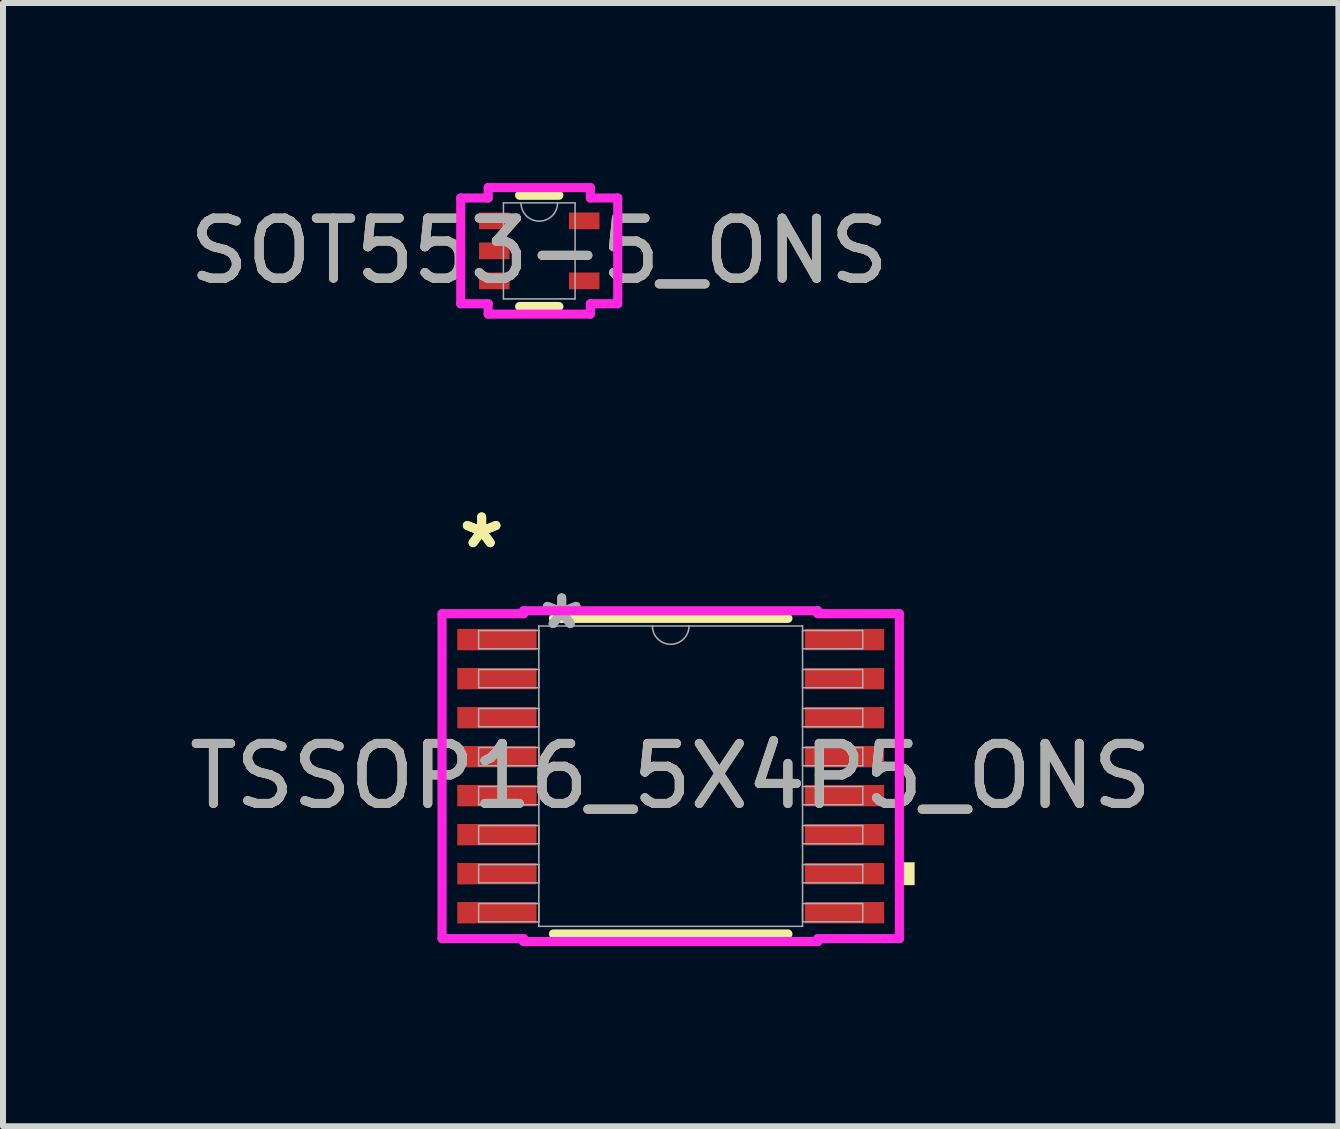
<source format=kicad_pcb>
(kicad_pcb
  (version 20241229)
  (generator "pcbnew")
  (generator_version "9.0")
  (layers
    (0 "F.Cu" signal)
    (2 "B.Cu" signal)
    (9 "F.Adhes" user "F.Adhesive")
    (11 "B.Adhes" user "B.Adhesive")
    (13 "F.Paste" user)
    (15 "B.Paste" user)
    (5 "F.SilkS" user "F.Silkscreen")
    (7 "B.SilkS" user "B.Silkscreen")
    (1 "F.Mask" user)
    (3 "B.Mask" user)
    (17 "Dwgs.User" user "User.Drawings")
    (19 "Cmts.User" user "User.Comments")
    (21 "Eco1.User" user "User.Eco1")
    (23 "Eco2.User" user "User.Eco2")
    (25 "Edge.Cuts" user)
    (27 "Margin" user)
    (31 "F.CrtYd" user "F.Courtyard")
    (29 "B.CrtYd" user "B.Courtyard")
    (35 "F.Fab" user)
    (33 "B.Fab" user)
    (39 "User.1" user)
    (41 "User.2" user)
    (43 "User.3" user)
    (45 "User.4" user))
  (footprint "TSSOP16_5X4P5_ONS"
    (layer "F.Cu")
    (at 8.125 9.882)
    (property "Reference" "TSSOP16_5X4P5_ONS" (at 0 0 0) (unlocked yes) (layer "F.SilkS") (effects (font (size 1 1) (thickness 0.15))))
    (attr smd)
    (fp_line (start -1.953 2.629) (end 1.953 2.629) (stroke (width 0.152) (type solid)) (layer "F.SilkS"))
    (fp_line (start 1.953 -2.629) (end -1.953 -2.629) (stroke (width 0.152) (type solid)) (layer "F.SilkS"))
    (fp_poly (pts (xy 4.064 1.435) (xy 4.064 1.816) (xy 3.81 1.816) (xy 3.81 1.435)) (stroke (width 0) (type solid)) (fill yes) (layer "F.SilkS"))
    (fp_line (start -3.81 -2.707) (end -2.451 -2.707) (stroke (width 0.152) (type solid)) (layer "F.CrtYd"))
    (fp_line (start -3.81 2.707) (end -3.81 -2.707) (stroke (width 0.152) (type solid)) (layer "F.CrtYd"))
    (fp_line (start -3.81 2.707) (end -2.451 2.707) (stroke (width 0.152) (type solid)) (layer "F.CrtYd"))
    (fp_line (start -2.451 -2.756) (end 2.451 -2.756) (stroke (width 0.152) (type solid)) (layer "F.CrtYd"))
    (fp_line (start -2.451 -2.707) (end -2.451 -2.756) (stroke (width 0.152) (type solid)) (layer "F.CrtYd"))
    (fp_line (start -2.451 2.756) (end -2.451 2.707) (stroke (width 0.152) (type solid)) (layer "F.CrtYd"))
    (fp_line (start 2.451 -2.756) (end 2.451 -2.707) (stroke (width 0.152) (type solid)) (layer "F.CrtYd"))
    (fp_line (start 2.451 2.707) (end 2.451 2.756) (stroke (width 0.152) (type solid)) (layer "F.CrtYd"))
    (fp_line (start 2.451 2.756) (end -2.451 2.756) (stroke (width 0.152) (type solid)) (layer "F.CrtYd"))
    (fp_line (start 3.81 -2.707) (end 2.451 -2.707) (stroke (width 0.152) (type solid)) (layer "F.CrtYd"))
    (fp_line (start 3.81 -2.707) (end 3.81 2.707) (stroke (width 0.152) (type solid)) (layer "F.CrtYd"))
    (fp_line (start 3.81 2.707) (end 2.451 2.707) (stroke (width 0.152) (type solid)) (layer "F.CrtYd"))
    (fp_line (start -3.2 -2.427) (end -3.2 -2.123) (stroke (width 0.025) (type solid)) (layer "F.Fab"))
    (fp_line (start -3.2 -2.123) (end -2.197 -2.123) (stroke (width 0.025) (type solid)) (layer "F.Fab"))
    (fp_line (start -3.2 -1.777) (end -3.2 -1.473) (stroke (width 0.025) (type solid)) (layer "F.Fab"))
    (fp_line (start -3.2 -1.473) (end -2.197 -1.473) (stroke (width 0.025) (type solid)) (layer "F.Fab"))
    (fp_line (start -3.2 -1.127) (end -3.2 -0.823) (stroke (width 0.025) (type solid)) (layer "F.Fab"))
    (fp_line (start -3.2 -0.823) (end -2.197 -0.823) (stroke (width 0.025) (type solid)) (layer "F.Fab"))
    (fp_line (start -3.2 -0.477) (end -3.2 -0.173) (stroke (width 0.025) (type solid)) (layer "F.Fab"))
    (fp_line (start -3.2 -0.173) (end -2.197 -0.173) (stroke (width 0.025) (type solid)) (layer "F.Fab"))
    (fp_line (start -3.2 0.173) (end -3.2 0.477) (stroke (width 0.025) (type solid)) (layer "F.Fab"))
    (fp_line (start -3.2 0.477) (end -2.197 0.477) (stroke (width 0.025) (type solid)) (layer "F.Fab"))
    (fp_line (start -3.2 0.823) (end -3.2 1.127) (stroke (width 0.025) (type solid)) (layer "F.Fab"))
    (fp_line (start -3.2 1.127) (end -2.197 1.127) (stroke (width 0.025) (type solid)) (layer "F.Fab"))
    (fp_line (start -3.2 1.473) (end -3.2 1.777) (stroke (width 0.025) (type solid)) (layer "F.Fab"))
    (fp_line (start -3.2 1.777) (end -2.197 1.777) (stroke (width 0.025) (type solid)) (layer "F.Fab"))
    (fp_line (start -3.2 2.123) (end -3.2 2.427) (stroke (width 0.025) (type solid)) (layer "F.Fab"))
    (fp_line (start -3.2 2.427) (end -2.197 2.427) (stroke (width 0.025) (type solid)) (layer "F.Fab"))
    (fp_line (start -2.197 -2.502) (end -2.197 2.502) (stroke (width 0.025) (type solid)) (layer "F.Fab"))
    (fp_line (start -2.197 -2.427) (end -3.2 -2.427) (stroke (width 0.025) (type solid)) (layer "F.Fab"))
    (fp_line (start -2.197 -2.123) (end -2.197 -2.427) (stroke (width 0.025) (type solid)) (layer "F.Fab"))
    (fp_line (start -2.197 -1.777) (end -3.2 -1.777) (stroke (width 0.025) (type solid)) (layer "F.Fab"))
    (fp_line (start -2.197 -1.473) (end -2.197 -1.777) (stroke (width 0.025) (type solid)) (layer "F.Fab"))
    (fp_line (start -2.197 -1.127) (end -3.2 -1.127) (stroke (width 0.025) (type solid)) (layer "F.Fab"))
    (fp_line (start -2.197 -0.823) (end -2.197 -1.127) (stroke (width 0.025) (type solid)) (layer "F.Fab"))
    (fp_line (start -2.197 -0.477) (end -3.2 -0.477) (stroke (width 0.025) (type solid)) (layer "F.Fab"))
    (fp_line (start -2.197 -0.173) (end -2.197 -0.477) (stroke (width 0.025) (type solid)) (layer "F.Fab"))
    (fp_line (start -2.197 0.173) (end -3.2 0.173) (stroke (width 0.025) (type solid)) (layer "F.Fab"))
    (fp_line (start -2.197 0.477) (end -2.197 0.173) (stroke (width 0.025) (type solid)) (layer "F.Fab"))
    (fp_line (start -2.197 0.823) (end -3.2 0.823) (stroke (width 0.025) (type solid)) (layer "F.Fab"))
    (fp_line (start -2.197 1.127) (end -2.197 0.823) (stroke (width 0.025) (type solid)) (layer "F.Fab"))
    (fp_line (start -2.197 1.473) (end -3.2 1.473) (stroke (width 0.025) (type solid)) (layer "F.Fab"))
    (fp_line (start -2.197 1.777) (end -2.197 1.473) (stroke (width 0.025) (type solid)) (layer "F.Fab"))
    (fp_line (start -2.197 2.123) (end -3.2 2.123) (stroke (width 0.025) (type solid)) (layer "F.Fab"))
    (fp_line (start -2.197 2.427) (end -2.197 2.123) (stroke (width 0.025) (type solid)) (layer "F.Fab"))
    (fp_line (start -2.197 2.502) (end 2.197 2.502) (stroke (width 0.025) (type solid)) (layer "F.Fab"))
    (fp_line (start 2.197 -2.502) (end -2.197 -2.502) (stroke (width 0.025) (type solid)) (layer "F.Fab"))
    (fp_line (start 2.197 -2.427) (end 2.197 -2.123) (stroke (width 0.025) (type solid)) (layer "F.Fab"))
    (fp_line (start 2.197 -2.123) (end 3.2 -2.123) (stroke (width 0.025) (type solid)) (layer "F.Fab"))
    (fp_line (start 2.197 -1.777) (end 2.197 -1.473) (stroke (width 0.025) (type solid)) (layer "F.Fab"))
    (fp_line (start 2.197 -1.473) (end 3.2 -1.473) (stroke (width 0.025) (type solid)) (layer "F.Fab"))
    (fp_line (start 2.197 -1.127) (end 2.197 -0.823) (stroke (width 0.025) (type solid)) (layer "F.Fab"))
    (fp_line (start 2.197 -0.823) (end 3.2 -0.823) (stroke (width 0.025) (type solid)) (layer "F.Fab"))
    (fp_line (start 2.197 -0.477) (end 2.197 -0.173) (stroke (width 0.025) (type solid)) (layer "F.Fab"))
    (fp_line (start 2.197 -0.173) (end 3.2 -0.173) (stroke (width 0.025) (type solid)) (layer "F.Fab"))
    (fp_line (start 2.197 0.173) (end 2.197 0.477) (stroke (width 0.025) (type solid)) (layer "F.Fab"))
    (fp_line (start 2.197 0.477) (end 3.2 0.477) (stroke (width 0.025) (type solid)) (layer "F.Fab"))
    (fp_line (start 2.197 0.823) (end 2.197 1.127) (stroke (width 0.025) (type solid)) (layer "F.Fab"))
    (fp_line (start 2.197 1.127) (end 3.2 1.127) (stroke (width 0.025) (type solid)) (layer "F.Fab"))
    (fp_line (start 2.197 1.473) (end 2.197 1.777) (stroke (width 0.025) (type solid)) (layer "F.Fab"))
    (fp_line (start 2.197 1.777) (end 3.2 1.777) (stroke (width 0.025) (type solid)) (layer "F.Fab"))
    (fp_line (start 2.197 2.123) (end 2.197 2.427) (stroke (width 0.025) (type solid)) (layer "F.Fab"))
    (fp_line (start 2.197 2.427) (end 3.2 2.427) (stroke (width 0.025) (type solid)) (layer "F.Fab"))
    (fp_line (start 2.197 2.502) (end 2.197 -2.502) (stroke (width 0.025) (type solid)) (layer "F.Fab"))
    (fp_line (start 3.2 -2.427) (end 2.197 -2.427) (stroke (width 0.025) (type solid)) (layer "F.Fab"))
    (fp_line (start 3.2 -2.123) (end 3.2 -2.427) (stroke (width 0.025) (type solid)) (layer "F.Fab"))
    (fp_line (start 3.2 -1.777) (end 2.197 -1.777) (stroke (width 0.025) (type solid)) (layer "F.Fab"))
    (fp_line (start 3.2 -1.473) (end 3.2 -1.777) (stroke (width 0.025) (type solid)) (layer "F.Fab"))
    (fp_line (start 3.2 -1.127) (end 2.197 -1.127) (stroke (width 0.025) (type solid)) (layer "F.Fab"))
    (fp_line (start 3.2 -0.823) (end 3.2 -1.127) (stroke (width 0.025) (type solid)) (layer "F.Fab"))
    (fp_line (start 3.2 -0.477) (end 2.197 -0.477) (stroke (width 0.025) (type solid)) (layer "F.Fab"))
    (fp_line (start 3.2 -0.173) (end 3.2 -0.477) (stroke (width 0.025) (type solid)) (layer "F.Fab"))
    (fp_line (start 3.2 0.173) (end 2.197 0.173) (stroke (width 0.025) (type solid)) (layer "F.Fab"))
    (fp_line (start 3.2 0.477) (end 3.2 0.173) (stroke (width 0.025) (type solid)) (layer "F.Fab"))
    (fp_line (start 3.2 0.823) (end 2.197 0.823) (stroke (width 0.025) (type solid)) (layer "F.Fab"))
    (fp_line (start 3.2 1.127) (end 3.2 0.823) (stroke (width 0.025) (type solid)) (layer "F.Fab"))
    (fp_line (start 3.2 1.473) (end 2.197 1.473) (stroke (width 0.025) (type solid)) (layer "F.Fab"))
    (fp_line (start 3.2 1.777) (end 3.2 1.473) (stroke (width 0.025) (type solid)) (layer "F.Fab"))
    (fp_line (start 3.2 2.123) (end 2.197 2.123) (stroke (width 0.025) (type solid)) (layer "F.Fab"))
    (fp_line (start 3.2 2.427) (end 3.2 2.123) (stroke (width 0.025) (type solid)) (layer "F.Fab"))
    (fp_arc (start 0.3048 -2.5019) (mid 0 -2.1971) (end -0.3048 -2.5019) (stroke (width 0.0254) (type solid)) (layer "F.Fab"))
    (fp_text user "*" (at -3.15 -3.774 0) (unlocked yes) (layer "F.SilkS") (effects (font (size 1 1) (thickness 0.15))))
    (fp_text user "*" (at -3.15 -3.774 0) (layer "F.SilkS") (effects (font (size 1 1) (thickness 0.15))))
    (fp_text user "*" (at -1.816 -2.426 0) (unlocked yes) (layer "F.Fab") (effects (font (size 1 1) (thickness 0.15))))
    (fp_text user "${REFERENCE}" (at 0 0 0) (unlocked yes) (layer "F.Fab") (effects (font (size 1 1) (thickness 0.15))))
    (fp_text user "*" (at -1.816 -2.426 0) (layer "F.Fab") (effects (font (size 1 1) (thickness 0.15))))
    (pad "1" smd rect (at -2.896 -2.275) (size 1.321 0.356) (layers "F.Cu" "F.Mask" "F.Paste"))
    (pad "2" smd rect (at -2.896 -1.625) (size 1.321 0.356) (layers "F.Cu" "F.Mask" "F.Paste"))
    (pad "3" smd rect (at -2.896 -0.975) (size 1.321 0.356) (layers "F.Cu" "F.Mask" "F.Paste"))
    (pad "4" smd rect (at -2.896 -0.325) (size 1.321 0.356) (layers "F.Cu" "F.Mask" "F.Paste"))
    (pad "5" smd rect (at -2.896 0.325) (size 1.321 0.356) (layers "F.Cu" "F.Mask" "F.Paste"))
    (pad "6" smd rect (at -2.896 0.975) (size 1.321 0.356) (layers "F.Cu" "F.Mask" "F.Paste"))
    (pad "7" smd rect (at -2.896 1.625) (size 1.321 0.356) (layers "F.Cu" "F.Mask" "F.Paste"))
    (pad "8" smd rect (at -2.896 2.275) (size 1.321 0.356) (layers "F.Cu" "F.Mask" "F.Paste"))
    (pad "9" smd rect (at 2.896 2.275) (size 1.321 0.356) (layers "F.Cu" "F.Mask" "F.Paste"))
    (pad "10" smd rect (at 2.896 1.625) (size 1.321 0.356) (layers "F.Cu" "F.Mask" "F.Paste"))
    (pad "11" smd rect (at 2.896 0.975) (size 1.321 0.356) (layers "F.Cu" "F.Mask" "F.Paste"))
    (pad "12" smd rect (at 2.896 0.325) (size 1.321 0.356) (layers "F.Cu" "F.Mask" "F.Paste"))
    (pad "13" smd rect (at 2.896 -0.325) (size 1.321 0.356) (layers "F.Cu" "F.Mask" "F.Paste"))
    (pad "14" smd rect (at 2.896 -0.975) (size 1.321 0.356) (layers "F.Cu" "F.Mask" "F.Paste"))
    (pad "15" smd rect (at 2.896 -1.625) (size 1.321 0.356) (layers "F.Cu" "F.Mask" "F.Paste"))
    (pad "16" smd rect (at 2.896 -2.275) (size 1.321 0.356) (layers "F.Cu" "F.Mask" "F.Paste")))
  (footprint "SOT553-5_ONS"
    (layer "F.Cu")
    (at 5.935 1.13)
    (property "Reference" "SOT553-5_ONS" (at 0 0 0) (unlocked yes) (layer "F.SilkS") (effects (font (size 1 1) (thickness 0.15))))
    (attr smd)
    (fp_line (start -0.327 0.927) (end 0.327 0.927) (stroke (width 0.152) (type solid)) (layer "F.SilkS"))
    (fp_line (start 0.327 -0.927) (end -0.327 -0.927) (stroke (width 0.152) (type solid)) (layer "F.SilkS"))
    (fp_line (start -1.308 -0.881) (end -0.851 -0.881) (stroke (width 0.152) (type solid)) (layer "F.CrtYd"))
    (fp_line (start -1.308 0.881) (end -1.308 -0.881) (stroke (width 0.152) (type solid)) (layer "F.CrtYd"))
    (fp_line (start -0.851 -1.054) (end 0.851 -1.054) (stroke (width 0.152) (type solid)) (layer "F.CrtYd"))
    (fp_line (start -0.851 -0.881) (end -0.851 -1.054) (stroke (width 0.152) (type solid)) (layer "F.CrtYd"))
    (fp_line (start -0.851 0.881) (end -1.308 0.881) (stroke (width 0.152) (type solid)) (layer "F.CrtYd"))
    (fp_line (start -0.851 1.054) (end -0.851 0.881) (stroke (width 0.152) (type solid)) (layer "F.CrtYd"))
    (fp_line (start 0.851 -1.054) (end 0.851 -0.881) (stroke (width 0.152) (type solid)) (layer "F.CrtYd"))
    (fp_line (start 0.851 -0.881) (end 1.308 -0.881) (stroke (width 0.152) (type solid)) (layer "F.CrtYd"))
    (fp_line (start 0.851 0.881) (end 0.851 1.054) (stroke (width 0.152) (type solid)) (layer "F.CrtYd"))
    (fp_line (start 0.851 1.054) (end -0.851 1.054) (stroke (width 0.152) (type solid)) (layer "F.CrtYd"))
    (fp_line (start 1.308 -0.881) (end 1.308 0.881) (stroke (width 0.152) (type solid)) (layer "F.CrtYd"))
    (fp_line (start 1.308 0.881) (end 0.851 0.881) (stroke (width 0.152) (type solid)) (layer "F.CrtYd"))
    (fp_line (start -0.597 -0.8) (end -0.597 0.8) (stroke (width 0.025) (type solid)) (layer "F.Fab"))
    (fp_line (start -0.597 0.8) (end 0.597 0.8) (stroke (width 0.025) (type solid)) (layer "F.Fab"))
    (fp_line (start 0.597 -0.8) (end -0.597 -0.8) (stroke (width 0.025) (type solid)) (layer "F.Fab"))
    (fp_line (start 0.597 0.8) (end 0.597 -0.8) (stroke (width 0.025) (type solid)) (layer "F.Fab"))
    (fp_arc (start 0.3048 -0.8001) (mid 0 -0.4953) (end -0.3048 -0.8001) (stroke (width 0.0254) (type solid)) (layer "F.Fab"))
    (fp_circle (center -0.495 -0.5) (end -0.495 -0.5) (stroke (width 0.025) (type solid)) (fill no) (layer "F.Fab"))
    (fp_text user "${REFERENCE}" (at 0 0 0) (unlocked yes) (layer "F.Fab") (effects (font (size 1 1) (thickness 0.15))))
    (pad "1" smd rect (at -0.749 -0.5) (size 0.508 0.279) (layers "F.Cu" "F.Mask" "F.Paste"))
    (pad "2" smd rect (at -0.749 0) (size 0.508 0.279) (layers "F.Cu" "F.Mask" "F.Paste"))
    (pad "3" smd rect (at -0.749 0.5) (size 0.508 0.279) (layers "F.Cu" "F.Mask" "F.Paste"))
    (pad "4" smd rect (at 0.749 0.5) (size 0.508 0.279) (layers "F.Cu" "F.Mask" "F.Paste"))
    (pad "5" smd rect (at 0.749 -0.5) (size 0.508 0.279) (layers "F.Cu" "F.Mask" "F.Paste")))
  (gr_rect
    (start -3 -3)
    (end 19.25 15.715)
    (stroke (width 0.1) (type default))
    (fill no)
    (layer "Edge.Cuts")))
</source>
